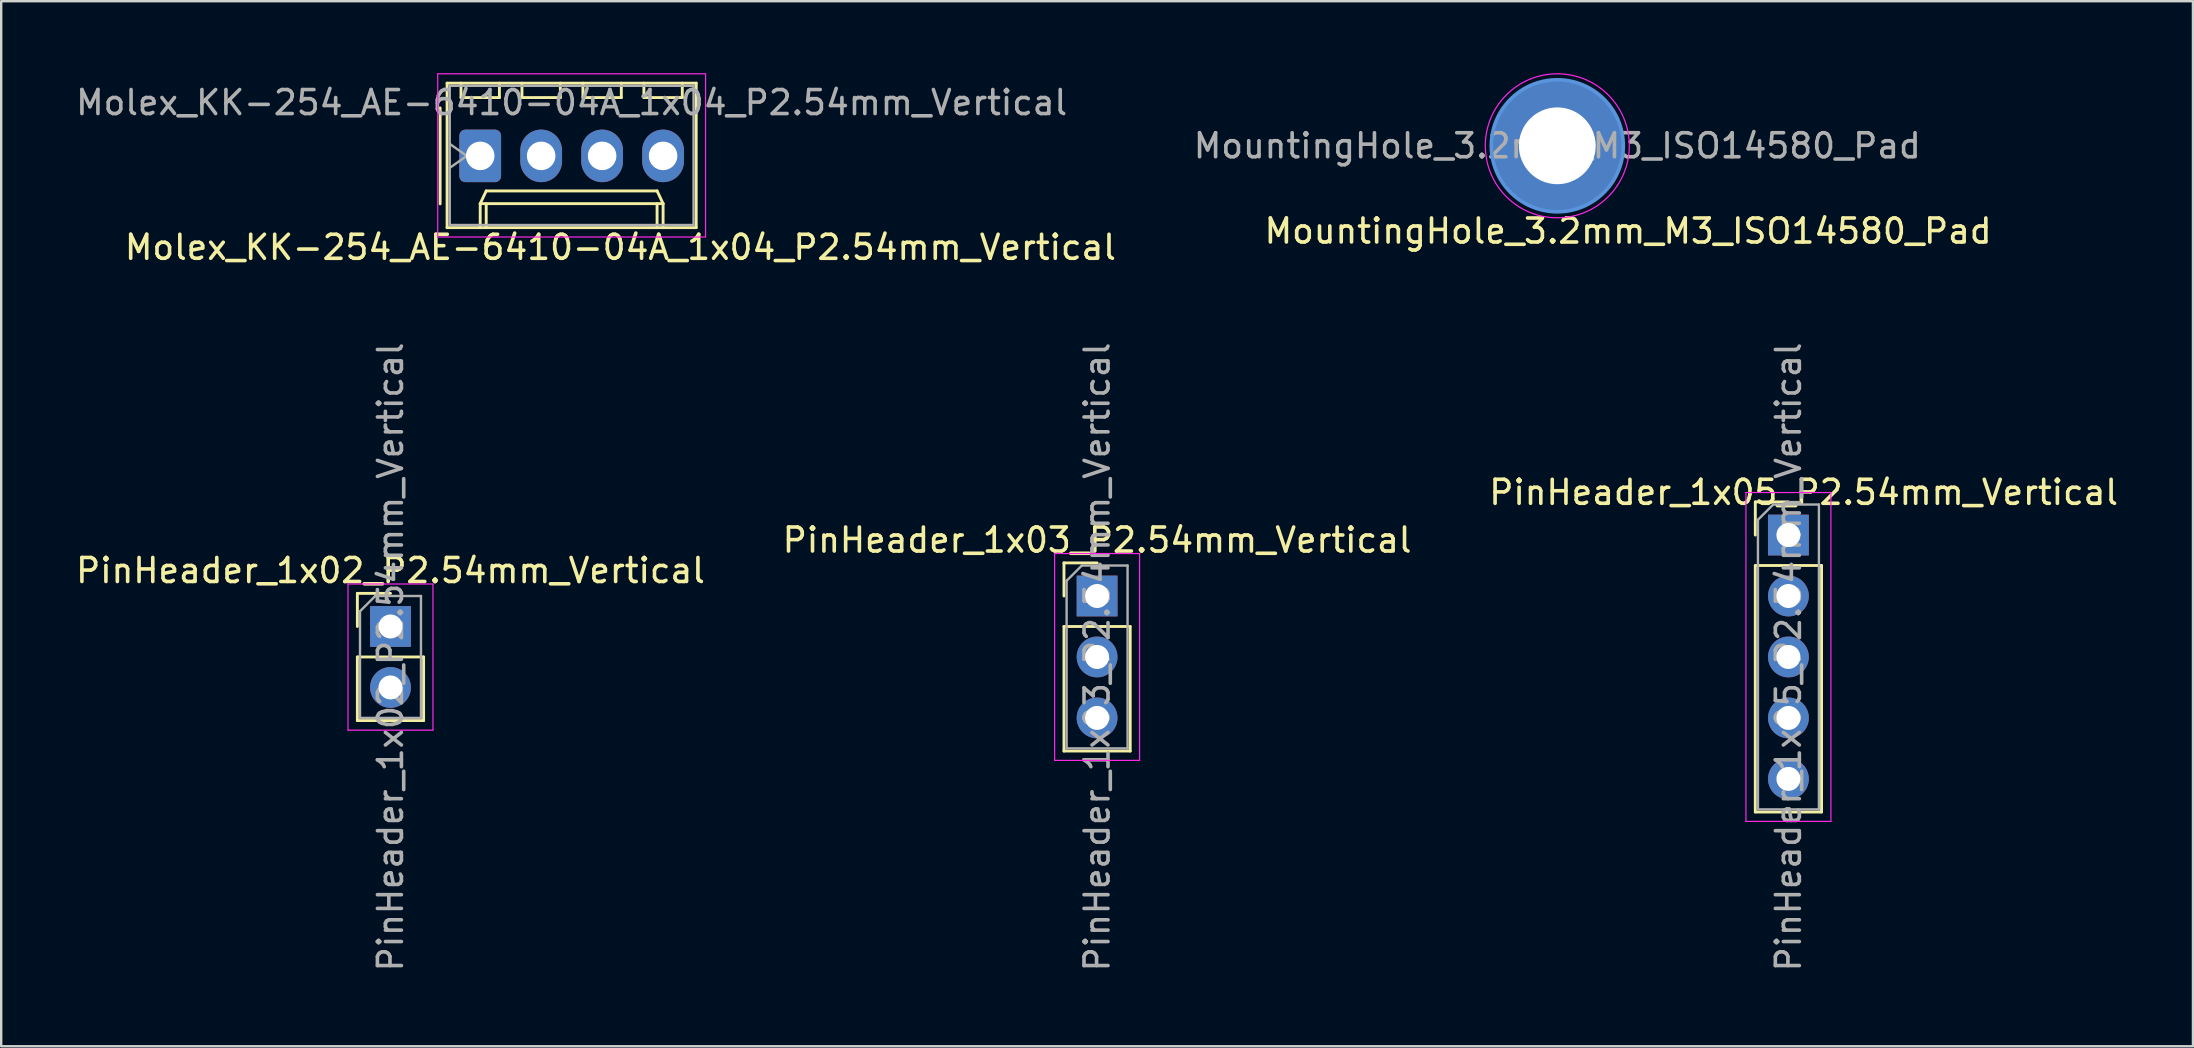
<source format=kicad_pcb>
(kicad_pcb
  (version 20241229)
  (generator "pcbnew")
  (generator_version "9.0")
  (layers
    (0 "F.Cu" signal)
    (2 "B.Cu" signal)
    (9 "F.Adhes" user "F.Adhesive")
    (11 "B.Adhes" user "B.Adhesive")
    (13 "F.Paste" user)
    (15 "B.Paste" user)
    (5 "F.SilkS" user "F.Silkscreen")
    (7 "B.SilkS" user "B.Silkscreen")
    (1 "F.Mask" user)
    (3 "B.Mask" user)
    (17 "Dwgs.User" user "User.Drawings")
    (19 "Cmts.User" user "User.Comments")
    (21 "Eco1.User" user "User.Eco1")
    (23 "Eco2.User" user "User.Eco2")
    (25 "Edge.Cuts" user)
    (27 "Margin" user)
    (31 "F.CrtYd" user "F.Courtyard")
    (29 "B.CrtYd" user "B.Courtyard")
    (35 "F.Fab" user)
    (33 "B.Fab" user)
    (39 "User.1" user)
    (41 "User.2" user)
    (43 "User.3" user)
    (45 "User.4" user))
  (footprint "Molex_KK-254_AE-6410-04A_1x04_P2.54mm_Vertical"
    (layer "F.Cu")
    (at 16.958 3.445)
    (property "Reference" "Molex_KK-254_AE-6410-04A_1x04_P2.54mm_Vertical" (at 5.842 3.81 0) (layer "F.SilkS") (effects (font (size 1 1) (thickness 0.15))))
    (attr through_hole)
    (fp_line (start -1.67 -2) (end -1.67 2) (stroke (width 0.12) (type solid)) (layer "F.SilkS"))
    (fp_line (start -1.38 -3.03) (end -1.38 2.99) (stroke (width 0.12) (type solid)) (layer "F.SilkS"))
    (fp_line (start -1.38 2.99) (end 9 2.99) (stroke (width 0.12) (type solid)) (layer "F.SilkS"))
    (fp_line (start -0.8 -3.03) (end -0.8 -2.43) (stroke (width 0.12) (type solid)) (layer "F.SilkS"))
    (fp_line (start -0.8 -2.43) (end 0.8 -2.43) (stroke (width 0.12) (type solid)) (layer "F.SilkS"))
    (fp_line (start 0 1.99) (end 0.25 1.46) (stroke (width 0.12) (type solid)) (layer "F.SilkS"))
    (fp_line (start 0 1.99) (end 7.62 1.99) (stroke (width 0.12) (type solid)) (layer "F.SilkS"))
    (fp_line (start 0 2.99) (end 0 1.99) (stroke (width 0.12) (type solid)) (layer "F.SilkS"))
    (fp_line (start 0.25 1.46) (end 7.37 1.46) (stroke (width 0.12) (type solid)) (layer "F.SilkS"))
    (fp_line (start 0.25 2.99) (end 0.25 1.99) (stroke (width 0.12) (type solid)) (layer "F.SilkS"))
    (fp_line (start 0.8 -2.43) (end 0.8 -3.03) (stroke (width 0.12) (type solid)) (layer "F.SilkS"))
    (fp_line (start 1.74 -3.03) (end 1.74 -2.43) (stroke (width 0.12) (type solid)) (layer "F.SilkS"))
    (fp_line (start 1.74 -2.43) (end 3.34 -2.43) (stroke (width 0.12) (type solid)) (layer "F.SilkS"))
    (fp_line (start 3.34 -2.43) (end 3.34 -3.03) (stroke (width 0.12) (type solid)) (layer "F.SilkS"))
    (fp_line (start 4.28 -3.03) (end 4.28 -2.43) (stroke (width 0.12) (type solid)) (layer "F.SilkS"))
    (fp_line (start 4.28 -2.43) (end 5.88 -2.43) (stroke (width 0.12) (type solid)) (layer "F.SilkS"))
    (fp_line (start 5.88 -2.43) (end 5.88 -3.03) (stroke (width 0.12) (type solid)) (layer "F.SilkS"))
    (fp_line (start 6.82 -3.03) (end 6.82 -2.43) (stroke (width 0.12) (type solid)) (layer "F.SilkS"))
    (fp_line (start 6.82 -2.43) (end 8.42 -2.43) (stroke (width 0.12) (type solid)) (layer "F.SilkS"))
    (fp_line (start 7.37 1.46) (end 7.62 1.99) (stroke (width 0.12) (type solid)) (layer "F.SilkS"))
    (fp_line (start 7.37 2.99) (end 7.37 1.99) (stroke (width 0.12) (type solid)) (layer "F.SilkS"))
    (fp_line (start 7.62 1.99) (end 7.62 2.99) (stroke (width 0.12) (type solid)) (layer "F.SilkS"))
    (fp_line (start 8.42 -2.43) (end 8.42 -3.03) (stroke (width 0.12) (type solid)) (layer "F.SilkS"))
    (fp_line (start 9 -3.03) (end -1.38 -3.03) (stroke (width 0.12) (type solid)) (layer "F.SilkS"))
    (fp_line (start 9 2.99) (end 9 -3.03) (stroke (width 0.12) (type solid)) (layer "F.SilkS"))
    (fp_line (start -1.77 -3.42) (end -1.77 3.38) (stroke (width 0.05) (type solid)) (layer "F.CrtYd"))
    (fp_line (start -1.77 3.38) (end 9.39 3.38) (stroke (width 0.05) (type solid)) (layer "F.CrtYd"))
    (fp_line (start 9.39 -3.42) (end -1.77 -3.42) (stroke (width 0.05) (type solid)) (layer "F.CrtYd"))
    (fp_line (start 9.39 3.38) (end 9.39 -3.42) (stroke (width 0.05) (type solid)) (layer "F.CrtYd"))
    (fp_line (start -1.27 -2.92) (end -1.27 2.88) (stroke (width 0.1) (type solid)) (layer "F.Fab"))
    (fp_line (start -1.27 -0.5) (end -0.563 0) (stroke (width 0.1) (type solid)) (layer "F.Fab"))
    (fp_line (start -1.27 2.88) (end 8.89 2.88) (stroke (width 0.1) (type solid)) (layer "F.Fab"))
    (fp_line (start -0.563 0) (end -1.27 0.5) (stroke (width 0.1) (type solid)) (layer "F.Fab"))
    (fp_line (start 8.89 -2.92) (end -1.27 -2.92) (stroke (width 0.1) (type solid)) (layer "F.Fab"))
    (fp_line (start 8.89 2.88) (end 8.89 -2.92) (stroke (width 0.1) (type solid)) (layer "F.Fab"))
    (fp_text user "${REFERENCE}" (at 3.81 -2.22 0) (layer "F.Fab") (effects (font (size 1 1) (thickness 0.15))))
    (pad "1" thru_hole roundrect (at 0 0) (size 1.74 2.19) (drill 1.19) (layers "*.Cu" "*.Mask") (roundrect_rratio 0.144))
    (pad "2" thru_hole oval (at 2.54 0) (size 1.74 2.19) (drill 1.19) (layers "*.Cu" "*.Mask"))
    (pad "3" thru_hole oval (at 5.08 0) (size 1.74 2.19) (drill 1.19) (layers "*.Cu" "*.Mask"))
    (pad "4" thru_hole oval (at 7.62 0) (size 1.74 2.19) (drill 1.19) (layers "*.Cu" "*.Mask")))
  (footprint "PinHeader_1x03_P2.54mm_Vertical"
    (layer "F.Cu")
    (at 42.661 21.783)
    (property "Reference" "PinHeader_1x03_P2.54mm_Vertical" (at 0 -2.33 180) (layer "F.SilkS") (effects (font (size 1 1) (thickness 0.15))))
    (attr through_hole)
    (fp_line (start -1.38 -1.38) (end 0 -1.38) (stroke (width 0.12) (type solid)) (layer "F.SilkS"))
    (fp_line (start -1.38 0) (end -1.38 -1.38) (stroke (width 0.12) (type solid)) (layer "F.SilkS"))
    (fp_line (start -1.38 1.27) (end -1.38 6.46) (stroke (width 0.12) (type solid)) (layer "F.SilkS"))
    (fp_line (start -1.38 1.27) (end 1.38 1.27) (stroke (width 0.12) (type solid)) (layer "F.SilkS"))
    (fp_line (start -1.38 6.46) (end 1.38 6.46) (stroke (width 0.12) (type solid)) (layer "F.SilkS"))
    (fp_line (start 1.38 1.27) (end 1.38 6.46) (stroke (width 0.12) (type solid)) (layer "F.SilkS"))
    (fp_line (start -1.77 -1.77) (end -1.77 6.85) (stroke (width 0.05) (type solid)) (layer "F.CrtYd"))
    (fp_line (start -1.77 6.85) (end 1.77 6.85) (stroke (width 0.05) (type solid)) (layer "F.CrtYd"))
    (fp_line (start 1.77 -1.77) (end -1.77 -1.77) (stroke (width 0.05) (type solid)) (layer "F.CrtYd"))
    (fp_line (start 1.77 6.85) (end 1.77 -1.77) (stroke (width 0.05) (type solid)) (layer "F.CrtYd"))
    (fp_line (start -1.27 -0.635) (end -0.635 -1.27) (stroke (width 0.1) (type solid)) (layer "F.Fab"))
    (fp_line (start -1.27 6.35) (end -1.27 -0.635) (stroke (width 0.1) (type solid)) (layer "F.Fab"))
    (fp_line (start -0.635 -1.27) (end 1.27 -1.27) (stroke (width 0.1) (type solid)) (layer "F.Fab"))
    (fp_line (start 1.27 -1.27) (end 1.27 6.35) (stroke (width 0.1) (type solid)) (layer "F.Fab"))
    (fp_line (start 1.27 6.35) (end -1.27 6.35) (stroke (width 0.1) (type solid)) (layer "F.Fab"))
    (fp_text user "${REFERENCE}" (at 0 2.54 90) (layer "F.Fab") (effects (font (size 1 1) (thickness 0.15))))
    (pad "1" thru_hole rect (at 0 0) (size 1.7 1.7) (drill 1) (layers "*.Cu" "*.Mask"))
    (pad "2" thru_hole circle (at 0 2.54) (size 1.7 1.7) (drill 1) (layers "*.Cu" "*.Mask"))
    (pad "3" thru_hole circle (at 0 5.08) (size 1.7 1.7) (drill 1) (layers "*.Cu" "*.Mask")))
  (footprint "PinHeader_1x05_P2.54mm_Vertical"
    (layer "F.Cu")
    (at 71.466 19.243)
    (property "Reference" "PinHeader_1x05_P2.54mm_Vertical" (at 0.635 -1.778 180) (layer "F.SilkS") (effects (font (size 1 1) (thickness 0.15))))
    (attr through_hole)
    (fp_line (start -1.38 -1.38) (end 0 -1.38) (stroke (width 0.12) (type solid)) (layer "F.SilkS"))
    (fp_line (start -1.38 0) (end -1.38 -1.38) (stroke (width 0.12) (type solid)) (layer "F.SilkS"))
    (fp_line (start -1.38 1.27) (end -1.38 11.54) (stroke (width 0.12) (type solid)) (layer "F.SilkS"))
    (fp_line (start -1.38 1.27) (end 1.38 1.27) (stroke (width 0.12) (type solid)) (layer "F.SilkS"))
    (fp_line (start -1.38 11.54) (end 1.38 11.54) (stroke (width 0.12) (type solid)) (layer "F.SilkS"))
    (fp_line (start 1.38 1.27) (end 1.38 11.54) (stroke (width 0.12) (type solid)) (layer "F.SilkS"))
    (fp_line (start -1.77 -1.77) (end -1.77 11.93) (stroke (width 0.05) (type solid)) (layer "F.CrtYd"))
    (fp_line (start -1.77 11.93) (end 1.77 11.93) (stroke (width 0.05) (type solid)) (layer "F.CrtYd"))
    (fp_line (start 1.77 -1.77) (end -1.77 -1.77) (stroke (width 0.05) (type solid)) (layer "F.CrtYd"))
    (fp_line (start 1.77 11.93) (end 1.77 -1.77) (stroke (width 0.05) (type solid)) (layer "F.CrtYd"))
    (fp_line (start -1.27 -0.635) (end -0.635 -1.27) (stroke (width 0.1) (type solid)) (layer "F.Fab"))
    (fp_line (start -1.27 11.43) (end -1.27 -0.635) (stroke (width 0.1) (type solid)) (layer "F.Fab"))
    (fp_line (start -0.635 -1.27) (end 1.27 -1.27) (stroke (width 0.1) (type solid)) (layer "F.Fab"))
    (fp_line (start 1.27 -1.27) (end 1.27 11.43) (stroke (width 0.1) (type solid)) (layer "F.Fab"))
    (fp_line (start 1.27 11.43) (end -1.27 11.43) (stroke (width 0.1) (type solid)) (layer "F.Fab"))
    (fp_text user "${REFERENCE}" (at 0 5.08 90) (layer "F.Fab") (effects (font (size 1 1) (thickness 0.15))))
    (pad "1" thru_hole rect (at 0 0) (size 1.7 1.7) (drill 1) (layers "*.Cu" "*.Mask"))
    (pad "2" thru_hole circle (at 0 2.54) (size 1.7 1.7) (drill 1) (layers "*.Cu" "*.Mask"))
    (pad "3" thru_hole circle (at 0 5.08) (size 1.7 1.7) (drill 1) (layers "*.Cu" "*.Mask"))
    (pad "4" thru_hole circle (at 0 7.62) (size 1.7 1.7) (drill 1) (layers "*.Cu" "*.Mask"))
    (pad "5" thru_hole circle (at 0 10.16) (size 1.7 1.7) (drill 1) (layers "*.Cu" "*.Mask")))
  (footprint "PinHeader_1x02_P2.54mm_Vertical"
    (layer "F.Cu")
    (at 13.22 23.053)
    (property "Reference" "PinHeader_1x02_P2.54mm_Vertical" (at 0 -2.33 180) (layer "F.SilkS") (effects (font (size 1 1) (thickness 0.15))))
    (attr through_hole)
    (fp_line (start -1.38 -1.38) (end 0 -1.38) (stroke (width 0.12) (type solid)) (layer "F.SilkS"))
    (fp_line (start -1.38 0) (end -1.38 -1.38) (stroke (width 0.12) (type solid)) (layer "F.SilkS"))
    (fp_line (start -1.38 1.27) (end -1.38 3.92) (stroke (width 0.12) (type solid)) (layer "F.SilkS"))
    (fp_line (start -1.38 1.27) (end 1.38 1.27) (stroke (width 0.12) (type solid)) (layer "F.SilkS"))
    (fp_line (start -1.38 3.92) (end 1.38 3.92) (stroke (width 0.12) (type solid)) (layer "F.SilkS"))
    (fp_line (start 1.38 1.27) (end 1.38 3.92) (stroke (width 0.12) (type solid)) (layer "F.SilkS"))
    (fp_line (start -1.77 -1.77) (end -1.77 4.32) (stroke (width 0.05) (type solid)) (layer "F.CrtYd"))
    (fp_line (start -1.77 4.32) (end 1.77 4.32) (stroke (width 0.05) (type solid)) (layer "F.CrtYd"))
    (fp_line (start 1.77 -1.77) (end -1.77 -1.77) (stroke (width 0.05) (type solid)) (layer "F.CrtYd"))
    (fp_line (start 1.77 4.32) (end 1.77 -1.77) (stroke (width 0.05) (type solid)) (layer "F.CrtYd"))
    (fp_line (start -1.27 -0.635) (end -0.635 -1.27) (stroke (width 0.1) (type solid)) (layer "F.Fab"))
    (fp_line (start -1.27 3.81) (end -1.27 -0.635) (stroke (width 0.1) (type solid)) (layer "F.Fab"))
    (fp_line (start -0.635 -1.27) (end 1.27 -1.27) (stroke (width 0.1) (type solid)) (layer "F.Fab"))
    (fp_line (start 1.27 -1.27) (end 1.27 3.81) (stroke (width 0.1) (type solid)) (layer "F.Fab"))
    (fp_line (start 1.27 3.81) (end -1.27 3.81) (stroke (width 0.1) (type solid)) (layer "F.Fab"))
    (fp_text user "${REFERENCE}" (at 0 1.27 270) (layer "F.Fab") (effects (font (size 1 1) (thickness 0.15))))
    (pad "1" thru_hole rect (at 0 0) (size 1.7 1.7) (drill 1) (layers "*.Cu" "*.Mask"))
    (pad "2" thru_hole circle (at 0 2.54) (size 1.7 1.7) (drill 1) (layers "*.Cu" "*.Mask")))
  (footprint "MountingHole_3.2mm_M3_ISO14580_Pad"
    (layer "F.Cu")
    (at 61.836 3.025)
    (property "Reference" "MountingHole_3.2mm_M3_ISO14580_Pad" (at 2.95 3.552 0) (layer "F.SilkS") (effects (font (size 1 1) (thickness 0.15))))
    (attr exclude_from_pos_files)
    (fp_circle (center 0 0) (end 2.75 0) (stroke (width 0.15) (type solid)) (fill no) (layer "Cmts.User"))
    (fp_circle (center 0 0) (end 3 0) (stroke (width 0.05) (type solid)) (fill no) (layer "F.CrtYd"))
    (fp_text user "${REFERENCE}" (at 0 0 0) (layer "F.Fab") (effects (font (size 1 1) (thickness 0.15))))
    (pad "1" thru_hole circle (at 0 0) (size 5.5 5.5) (drill 3.2) (layers "*.Cu" "*.Mask")))
  (gr_rect
    (start -3 -3)
    (end 88.321 40.544)
    (stroke (width 0.1) (type default))
    (fill no)
    (layer "Edge.Cuts")))
</source>
